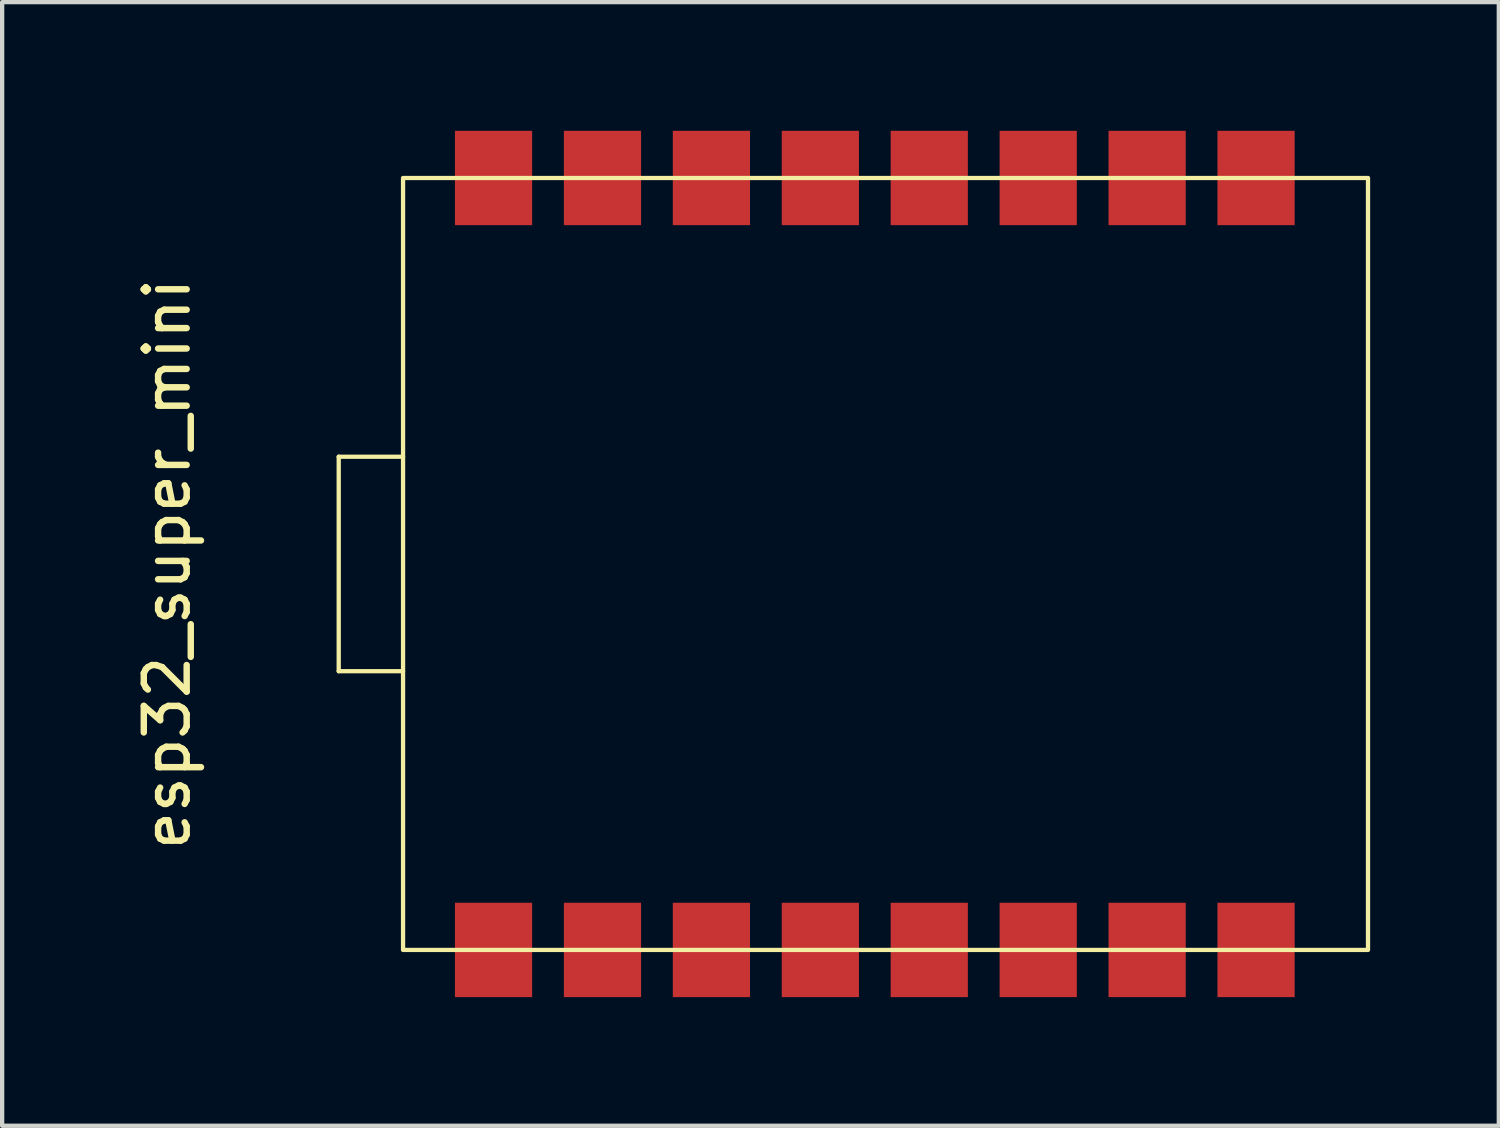
<source format=kicad_pcb>
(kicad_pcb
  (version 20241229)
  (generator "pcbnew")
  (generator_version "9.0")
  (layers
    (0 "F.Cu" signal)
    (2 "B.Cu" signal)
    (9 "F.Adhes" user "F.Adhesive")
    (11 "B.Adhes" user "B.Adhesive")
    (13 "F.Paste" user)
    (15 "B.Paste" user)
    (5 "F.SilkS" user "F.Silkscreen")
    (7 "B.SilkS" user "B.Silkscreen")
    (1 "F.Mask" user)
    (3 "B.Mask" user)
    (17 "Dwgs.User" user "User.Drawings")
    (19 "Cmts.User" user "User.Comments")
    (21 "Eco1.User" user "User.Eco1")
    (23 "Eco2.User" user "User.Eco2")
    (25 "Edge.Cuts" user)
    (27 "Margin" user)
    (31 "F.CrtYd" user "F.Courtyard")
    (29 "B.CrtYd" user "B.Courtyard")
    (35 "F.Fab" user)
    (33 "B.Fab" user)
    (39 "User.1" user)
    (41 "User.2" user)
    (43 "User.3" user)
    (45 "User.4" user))
  (footprint "esp32_super_mini"
    (layer "F.Cu")
    (at 17.348 10.1)
    (property "Reference" "esp32_super_mini" (at -16.5 0 90) (layer "F.SilkS") (effects (font (size 1 1) (thickness 0.15))))
    (attr smd)
    (fp_line (start -12.5 -2.5) (end -12.5 2.5) (stroke (width 0.1) (type default)) (layer "F.SilkS"))
    (fp_line (start -12.5 2.5) (end -11 2.5) (stroke (width 0.1) (type default)) (layer "F.SilkS"))
    (fp_line (start -11 -2.5) (end -12.5 -2.5) (stroke (width 0.1) (type default)) (layer "F.SilkS"))
    (fp_rect (start -11 -9) (end 11.5 9) (stroke (width 0.1) (type default)) (fill no) (layer "F.SilkS"))
    (pad "1" smd rect (at -8.89 9) (size 1.8 2.2) (layers "F.Cu" "F.Mask" "F.Paste"))
    (pad "2" smd rect (at -6.35 9) (size 1.8 2.2) (layers "F.Cu" "F.Mask" "F.Paste"))
    (pad "3" smd rect (at -3.81 9) (size 1.8 2.2) (layers "F.Cu" "F.Mask" "F.Paste"))
    (pad "4" smd rect (at -1.27 9) (size 1.8 2.2) (layers "F.Cu" "F.Mask" "F.Paste"))
    (pad "5" smd rect (at 1.27 9) (size 1.8 2.2) (layers "F.Cu" "F.Mask" "F.Paste"))
    (pad "6" smd rect (at 3.81 9) (size 1.8 2.2) (layers "F.Cu" "F.Mask" "F.Paste"))
    (pad "7" smd rect (at 6.35 9) (size 1.8 2.2) (layers "F.Cu" "F.Mask" "F.Paste"))
    (pad "8" smd rect (at 8.89 9) (size 1.8 2.2) (layers "F.Cu" "F.Mask" "F.Paste"))
    (pad "9" smd rect (at 8.89 -9) (size 1.8 2.2) (layers "F.Cu" "F.Mask" "F.Paste"))
    (pad "10" smd rect (at 6.35 -9) (size 1.8 2.2) (layers "F.Cu" "F.Mask" "F.Paste"))
    (pad "11" smd rect (at 3.81 -9) (size 1.8 2.2) (layers "F.Cu" "F.Mask" "F.Paste"))
    (pad "12" smd rect (at 1.27 -9) (size 1.8 2.2) (layers "F.Cu" "F.Mask" "F.Paste"))
    (pad "13" smd rect (at -1.27 -9) (size 1.8 2.2) (layers "F.Cu" "F.Mask" "F.Paste"))
    (pad "14" smd rect (at -3.81 -9) (size 1.8 2.2) (layers "F.Cu" "F.Mask" "F.Paste"))
    (pad "15" smd rect (at -6.35 -9) (size 1.8 2.2) (layers "F.Cu" "F.Mask" "F.Paste"))
    (pad "16" smd rect (at -8.89 -9) (size 1.8 2.2) (layers "F.Cu" "F.Mask" "F.Paste"))
    (zone (net_name "") (layer "F.Cu") (hatch edge 0.5) (connect_pads) (min_thickness 0.25) (filled_areas_thickness no) (keepout (tracks not_allowed) (vias not_allowed) (pads not_allowed) (copperpour not_allowed) (footprints allowed)) (placement (enabled no)) (fill) (polygon (pts (xy 6.348 1.1) (xy 7.558 1.1) (xy 7.558 2.2) (xy 27.138 2.2) (xy 27.138 1.1) (xy 28.848 1.1) (xy 28.848 19.1) (xy 27.138 19.1) (xy 27.138 18) (xy 7.558 18) (xy 7.558 19.1) (xy 6.348 19.1)))))
  (gr_rect
    (start -3 -3)
    (end 31.898 23.2)
    (stroke (width 0.1) (type default))
    (fill no)
    (layer "Edge.Cuts")))
</source>
